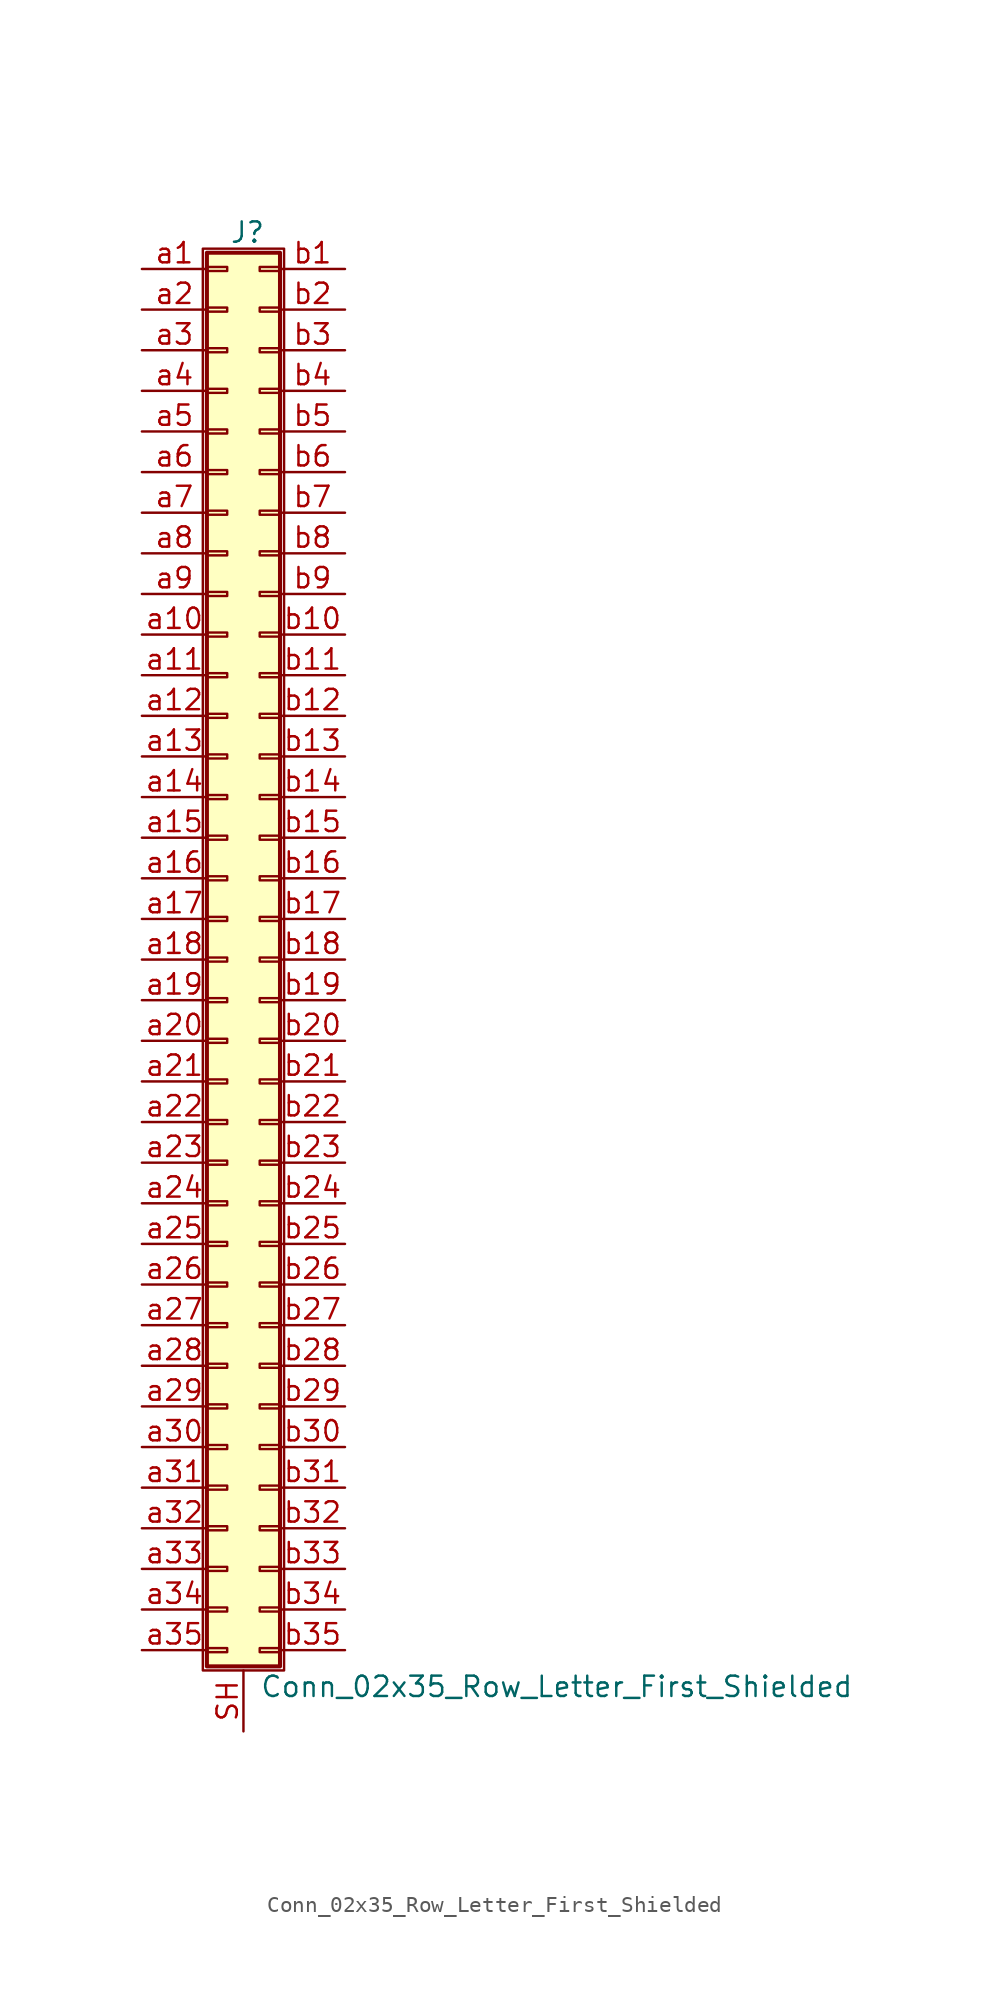
<source format=kicad_sym>
(kicad_symbol_lib
  (version 20201005)
  (generator kicad_symbol_editor)
  (symbol "Conn_02x35_Row_Letter_First_Shielded"
    (pin_names
      (offset 1.016) hide)
    (property "Reference" "J"
      (at 1.524 45.466 0)
      (effects (font (size 1.27 1.27))))
    (property "Value" "Conn_02x35_Row_Letter_First_Shielded"
      (at 2.286 -45.466 0)
      (effects (font (size 1.27 1.27)) (justify left)))
    (symbol "Conn_02x35_Row_Letter_First_Shielded_1_1"
      (rectangle (start -1.27 44.45) (end 3.81 -44.45) (stroke (width 0.152)) (fill (type none)))
      (rectangle (start -1.016 -43.053) (end 0.254 -43.307) (stroke (width 0.152)) (fill (type none)))
      (rectangle (start -1.016 -40.513) (end 0.254 -40.767) (stroke (width 0.152)) (fill (type none)))
      (rectangle (start -1.016 -37.973) (end 0.254 -38.227) (stroke (width 0.152)) (fill (type none)))
      (rectangle (start -1.016 -35.433) (end 0.254 -35.687) (stroke (width 0.152)) (fill (type none)))
      (rectangle (start -1.016 -32.893) (end 0.254 -33.147) (stroke (width 0.152)) (fill (type none)))
      (rectangle (start -1.016 -30.353) (end 0.254 -30.607) (stroke (width 0.152)) (fill (type none)))
      (rectangle (start -1.016 -27.813) (end 0.254 -28.067) (stroke (width 0.152)) (fill (type none)))
      (rectangle (start -1.016 -25.273) (end 0.254 -25.527) (stroke (width 0.152)) (fill (type none)))
      (rectangle (start -1.016 -22.733) (end 0.254 -22.987) (stroke (width 0.152)) (fill (type none)))
      (rectangle (start -1.016 -20.193) (end 0.254 -20.447) (stroke (width 0.152)) (fill (type none)))
      (rectangle (start -1.016 -17.653) (end 0.254 -17.907) (stroke (width 0.152)) (fill (type none)))
      (rectangle (start -1.016 -15.113) (end 0.254 -15.367) (stroke (width 0.152)) (fill (type none)))
      (rectangle (start -1.016 -12.573) (end 0.254 -12.827) (stroke (width 0.152)) (fill (type none)))
      (rectangle (start -1.016 -10.033) (end 0.254 -10.287) (stroke (width 0.152)) (fill (type none)))
      (rectangle (start -1.016 -7.493) (end 0.254 -7.747) (stroke (width 0.152)) (fill (type none)))
      (rectangle (start -1.016 -4.953) (end 0.254 -5.207) (stroke (width 0.152)) (fill (type none)))
      (rectangle (start -1.016 -2.413) (end 0.254 -2.667) (stroke (width 0.152)) (fill (type none)))
      (rectangle (start -1.016 0.127) (end 0.254 -0.127) (stroke (width 0.152)) (fill (type none)))
      (rectangle (start -1.016 2.667) (end 0.254 2.413) (stroke (width 0.152)) (fill (type none)))
      (rectangle (start -1.016 5.207) (end 0.254 4.953) (stroke (width 0.152)) (fill (type none)))
      (rectangle (start -1.016 7.747) (end 0.254 7.493) (stroke (width 0.152)) (fill (type none)))
      (rectangle (start -1.016 10.287) (end 0.254 10.033) (stroke (width 0.152)) (fill (type none)))
      (rectangle (start -1.016 12.827) (end 0.254 12.573) (stroke (width 0.152)) (fill (type none)))
      (rectangle (start -1.016 15.367) (end 0.254 15.113) (stroke (width 0.152)) (fill (type none)))
      (rectangle (start -1.016 17.907) (end 0.254 17.653) (stroke (width 0.152)) (fill (type none)))
      (rectangle (start -1.016 20.447) (end 0.254 20.193) (stroke (width 0.152)) (fill (type none)))
      (rectangle (start -1.016 22.987) (end 0.254 22.733) (stroke (width 0.152)) (fill (type none)))
      (rectangle (start -1.016 25.527) (end 0.254 25.273) (stroke (width 0.152)) (fill (type none)))
      (rectangle (start -1.016 28.067) (end 0.254 27.813) (stroke (width 0.152)) (fill (type none)))
      (rectangle (start -1.016 30.607) (end 0.254 30.353) (stroke (width 0.152)) (fill (type none)))
      (rectangle (start -1.016 33.147) (end 0.254 32.893) (stroke (width 0.152)) (fill (type none)))
      (rectangle (start -1.016 35.687) (end 0.254 35.433) (stroke (width 0.152)) (fill (type none)))
      (rectangle (start -1.016 38.227) (end 0.254 37.973) (stroke (width 0.152)) (fill (type none)))
      (rectangle (start -1.016 40.767) (end 0.254 40.513) (stroke (width 0.152)) (fill (type none)))
      (rectangle (start -1.016 43.307) (end 0.254 43.053) (stroke (width 0.152)) (fill (type none)))
      (rectangle (start -1.016 44.196) (end 3.556 -44.196) (stroke (width 0.254)) (fill (type background)))
      (rectangle (start 3.556 -43.053) (end 2.286 -43.307) (stroke (width 0.152)) (fill (type none)))
      (rectangle (start 3.556 -40.513) (end 2.286 -40.767) (stroke (width 0.152)) (fill (type none)))
      (rectangle (start 3.556 -37.973) (end 2.286 -38.227) (stroke (width 0.152)) (fill (type none)))
      (rectangle (start 3.556 -35.433) (end 2.286 -35.687) (stroke (width 0.152)) (fill (type none)))
      (rectangle (start 3.556 -32.893) (end 2.286 -33.147) (stroke (width 0.152)) (fill (type none)))
      (rectangle (start 3.556 -30.353) (end 2.286 -30.607) (stroke (width 0.152)) (fill (type none)))
      (rectangle (start 3.556 -27.813) (end 2.286 -28.067) (stroke (width 0.152)) (fill (type none)))
      (rectangle (start 3.556 -25.273) (end 2.286 -25.527) (stroke (width 0.152)) (fill (type none)))
      (rectangle (start 3.556 -22.733) (end 2.286 -22.987) (stroke (width 0.152)) (fill (type none)))
      (rectangle (start 3.556 -20.193) (end 2.286 -20.447) (stroke (width 0.152)) (fill (type none)))
      (rectangle (start 3.556 -17.653) (end 2.286 -17.907) (stroke (width 0.152)) (fill (type none)))
      (rectangle (start 3.556 -15.113) (end 2.286 -15.367) (stroke (width 0.152)) (fill (type none)))
      (rectangle (start 3.556 -12.573) (end 2.286 -12.827) (stroke (width 0.152)) (fill (type none)))
      (rectangle (start 3.556 -10.033) (end 2.286 -10.287) (stroke (width 0.152)) (fill (type none)))
      (rectangle (start 3.556 -7.493) (end 2.286 -7.747) (stroke (width 0.152)) (fill (type none)))
      (rectangle (start 3.556 -4.953) (end 2.286 -5.207) (stroke (width 0.152)) (fill (type none)))
      (rectangle (start 3.556 -2.413) (end 2.286 -2.667) (stroke (width 0.152)) (fill (type none)))
      (rectangle (start 3.556 0.127) (end 2.286 -0.127) (stroke (width 0.152)) (fill (type none)))
      (rectangle (start 3.556 2.667) (end 2.286 2.413) (stroke (width 0.152)) (fill (type none)))
      (rectangle (start 3.556 5.207) (end 2.286 4.953) (stroke (width 0.152)) (fill (type none)))
      (rectangle (start 3.556 7.747) (end 2.286 7.493) (stroke (width 0.152)) (fill (type none)))
      (rectangle (start 3.556 10.287) (end 2.286 10.033) (stroke (width 0.152)) (fill (type none)))
      (rectangle (start 3.556 12.827) (end 2.286 12.573) (stroke (width 0.152)) (fill (type none)))
      (rectangle (start 3.556 15.367) (end 2.286 15.113) (stroke (width 0.152)) (fill (type none)))
      (rectangle (start 3.556 17.907) (end 2.286 17.653) (stroke (width 0.152)) (fill (type none)))
      (rectangle (start 3.556 20.447) (end 2.286 20.193) (stroke (width 0.152)) (fill (type none)))
      (rectangle (start 3.556 22.987) (end 2.286 22.733) (stroke (width 0.152)) (fill (type none)))
      (rectangle (start 3.556 25.527) (end 2.286 25.273) (stroke (width 0.152)) (fill (type none)))
      (rectangle (start 3.556 28.067) (end 2.286 27.813) (stroke (width 0.152)) (fill (type none)))
      (rectangle (start 3.556 30.607) (end 2.286 30.353) (stroke (width 0.152)) (fill (type none)))
      (rectangle (start 3.556 33.147) (end 2.286 32.893) (stroke (width 0.152)) (fill (type none)))
      (rectangle (start 3.556 35.687) (end 2.286 35.433) (stroke (width 0.152)) (fill (type none)))
      (rectangle (start 3.556 38.227) (end 2.286 37.973) (stroke (width 0.152)) (fill (type none)))
      (rectangle (start 3.556 40.767) (end 2.286 40.513) (stroke (width 0.152)) (fill (type none)))
      (rectangle (start 3.556 43.307) (end 2.286 43.053) (stroke (width 0.152)) (fill (type none)))
      (pin passive line (at 1.27 -48.26 90) (length 3.81) (name "Shield" (effects (font (size 1.27 1.27)))) (number "SH" (effects (font (size 1.27 1.27)))))
      (pin passive line (at -5.08 43.18 0) (length 4.064) (name "Pin_a1" (effects (font (size 1.27 1.27)))) (number "a1" (effects (font (size 1.27 1.27)))))
      (pin passive line (at -5.08 20.32 0) (length 4.064) (name "Pin_a10" (effects (font (size 1.27 1.27)))) (number "a10" (effects (font (size 1.27 1.27)))))
      (pin passive line (at -5.08 17.78 0) (length 4.064) (name "Pin_a11" (effects (font (size 1.27 1.27)))) (number "a11" (effects (font (size 1.27 1.27)))))
      (pin passive line (at -5.08 15.24 0) (length 4.064) (name "Pin_a12" (effects (font (size 1.27 1.27)))) (number "a12" (effects (font (size 1.27 1.27)))))
      (pin passive line (at -5.08 12.7 0) (length 4.064) (name "Pin_a13" (effects (font (size 1.27 1.27)))) (number "a13" (effects (font (size 1.27 1.27)))))
      (pin passive line (at -5.08 10.16 0) (length 4.064) (name "Pin_a14" (effects (font (size 1.27 1.27)))) (number "a14" (effects (font (size 1.27 1.27)))))
      (pin passive line (at -5.08 7.62 0) (length 4.064) (name "Pin_a15" (effects (font (size 1.27 1.27)))) (number "a15" (effects (font (size 1.27 1.27)))))
      (pin passive line (at -5.08 5.08 0) (length 4.064) (name "Pin_a16" (effects (font (size 1.27 1.27)))) (number "a16" (effects (font (size 1.27 1.27)))))
      (pin passive line (at -5.08 2.54 0) (length 4.064) (name "Pin_a17" (effects (font (size 1.27 1.27)))) (number "a17" (effects (font (size 1.27 1.27)))))
      (pin passive line (at -5.08 0 0) (length 4.064) (name "Pin_a18" (effects (font (size 1.27 1.27)))) (number "a18" (effects (font (size 1.27 1.27)))))
      (pin passive line (at -5.08 -2.54 0) (length 4.064) (name "Pin_a19" (effects (font (size 1.27 1.27)))) (number "a19" (effects (font (size 1.27 1.27)))))
      (pin passive line (at -5.08 40.64 0) (length 4.064) (name "Pin_a2" (effects (font (size 1.27 1.27)))) (number "a2" (effects (font (size 1.27 1.27)))))
      (pin passive line (at -5.08 -5.08 0) (length 4.064) (name "Pin_a20" (effects (font (size 1.27 1.27)))) (number "a20" (effects (font (size 1.27 1.27)))))
      (pin passive line (at -5.08 -7.62 0) (length 4.064) (name "Pin_a21" (effects (font (size 1.27 1.27)))) (number "a21" (effects (font (size 1.27 1.27)))))
      (pin passive line (at -5.08 -10.16 0) (length 4.064) (name "Pin_a22" (effects (font (size 1.27 1.27)))) (number "a22" (effects (font (size 1.27 1.27)))))
      (pin passive line (at -5.08 -12.7 0) (length 4.064) (name "Pin_a23" (effects (font (size 1.27 1.27)))) (number "a23" (effects (font (size 1.27 1.27)))))
      (pin passive line (at -5.08 -15.24 0) (length 4.064) (name "Pin_a24" (effects (font (size 1.27 1.27)))) (number "a24" (effects (font (size 1.27 1.27)))))
      (pin passive line (at -5.08 -17.78 0) (length 4.064) (name "Pin_a25" (effects (font (size 1.27 1.27)))) (number "a25" (effects (font (size 1.27 1.27)))))
      (pin passive line (at -5.08 -20.32 0) (length 4.064) (name "Pin_a26" (effects (font (size 1.27 1.27)))) (number "a26" (effects (font (size 1.27 1.27)))))
      (pin passive line (at -5.08 -22.86 0) (length 4.064) (name "Pin_a27" (effects (font (size 1.27 1.27)))) (number "a27" (effects (font (size 1.27 1.27)))))
      (pin passive line (at -5.08 -25.4 0) (length 4.064) (name "Pin_a28" (effects (font (size 1.27 1.27)))) (number "a28" (effects (font (size 1.27 1.27)))))
      (pin passive line (at -5.08 -27.94 0) (length 4.064) (name "Pin_a29" (effects (font (size 1.27 1.27)))) (number "a29" (effects (font (size 1.27 1.27)))))
      (pin passive line (at -5.08 38.1 0) (length 4.064) (name "Pin_a3" (effects (font (size 1.27 1.27)))) (number "a3" (effects (font (size 1.27 1.27)))))
      (pin passive line (at -5.08 -30.48 0) (length 4.064) (name "Pin_a30" (effects (font (size 1.27 1.27)))) (number "a30" (effects (font (size 1.27 1.27)))))
      (pin passive line (at -5.08 -33.02 0) (length 4.064) (name "Pin_a31" (effects (font (size 1.27 1.27)))) (number "a31" (effects (font (size 1.27 1.27)))))
      (pin passive line (at -5.08 -35.56 0) (length 4.064) (name "Pin_a32" (effects (font (size 1.27 1.27)))) (number "a32" (effects (font (size 1.27 1.27)))))
      (pin passive line (at -5.08 -38.1 0) (length 4.064) (name "Pin_a33" (effects (font (size 1.27 1.27)))) (number "a33" (effects (font (size 1.27 1.27)))))
      (pin passive line (at -5.08 -40.64 0) (length 4.064) (name "Pin_a34" (effects (font (size 1.27 1.27)))) (number "a34" (effects (font (size 1.27 1.27)))))
      (pin passive line (at -5.08 -43.18 0) (length 4.064) (name "Pin_a35" (effects (font (size 1.27 1.27)))) (number "a35" (effects (font (size 1.27 1.27)))))
      (pin passive line (at -5.08 35.56 0) (length 4.064) (name "Pin_a4" (effects (font (size 1.27 1.27)))) (number "a4" (effects (font (size 1.27 1.27)))))
      (pin passive line (at -5.08 33.02 0) (length 4.064) (name "Pin_a5" (effects (font (size 1.27 1.27)))) (number "a5" (effects (font (size 1.27 1.27)))))
      (pin passive line (at -5.08 30.48 0) (length 4.064) (name "Pin_a6" (effects (font (size 1.27 1.27)))) (number "a6" (effects (font (size 1.27 1.27)))))
      (pin passive line (at -5.08 27.94 0) (length 4.064) (name "Pin_a7" (effects (font (size 1.27 1.27)))) (number "a7" (effects (font (size 1.27 1.27)))))
      (pin passive line (at -5.08 25.4 0) (length 4.064) (name "Pin_a8" (effects (font (size 1.27 1.27)))) (number "a8" (effects (font (size 1.27 1.27)))))
      (pin passive line (at -5.08 22.86 0) (length 4.064) (name "Pin_a9" (effects (font (size 1.27 1.27)))) (number "a9" (effects (font (size 1.27 1.27)))))
      (pin passive line (at 7.62 43.18 180) (length 4.064) (name "Pin_b1" (effects (font (size 1.27 1.27)))) (number "b1" (effects (font (size 1.27 1.27)))))
      (pin passive line (at 7.62 20.32 180) (length 4.064) (name "Pin_b10" (effects (font (size 1.27 1.27)))) (number "b10" (effects (font (size 1.27 1.27)))))
      (pin passive line (at 7.62 17.78 180) (length 4.064) (name "Pin_b11" (effects (font (size 1.27 1.27)))) (number "b11" (effects (font (size 1.27 1.27)))))
      (pin passive line (at 7.62 15.24 180) (length 4.064) (name "Pin_b12" (effects (font (size 1.27 1.27)))) (number "b12" (effects (font (size 1.27 1.27)))))
      (pin passive line (at 7.62 12.7 180) (length 4.064) (name "Pin_b13" (effects (font (size 1.27 1.27)))) (number "b13" (effects (font (size 1.27 1.27)))))
      (pin passive line (at 7.62 10.16 180) (length 4.064) (name "Pin_b14" (effects (font (size 1.27 1.27)))) (number "b14" (effects (font (size 1.27 1.27)))))
      (pin passive line (at 7.62 7.62 180) (length 4.064) (name "Pin_b15" (effects (font (size 1.27 1.27)))) (number "b15" (effects (font (size 1.27 1.27)))))
      (pin passive line (at 7.62 5.08 180) (length 4.064) (name "Pin_b16" (effects (font (size 1.27 1.27)))) (number "b16" (effects (font (size 1.27 1.27)))))
      (pin passive line (at 7.62 2.54 180) (length 4.064) (name "Pin_b17" (effects (font (size 1.27 1.27)))) (number "b17" (effects (font (size 1.27 1.27)))))
      (pin passive line (at 7.62 0 180) (length 4.064) (name "Pin_b18" (effects (font (size 1.27 1.27)))) (number "b18" (effects (font (size 1.27 1.27)))))
      (pin passive line (at 7.62 -2.54 180) (length 4.064) (name "Pin_b19" (effects (font (size 1.27 1.27)))) (number "b19" (effects (font (size 1.27 1.27)))))
      (pin passive line (at 7.62 40.64 180) (length 4.064) (name "Pin_b2" (effects (font (size 1.27 1.27)))) (number "b2" (effects (font (size 1.27 1.27)))))
      (pin passive line (at 7.62 -5.08 180) (length 4.064) (name "Pin_b20" (effects (font (size 1.27 1.27)))) (number "b20" (effects (font (size 1.27 1.27)))))
      (pin passive line (at 7.62 -7.62 180) (length 4.064) (name "Pin_b21" (effects (font (size 1.27 1.27)))) (number "b21" (effects (font (size 1.27 1.27)))))
      (pin passive line (at 7.62 -10.16 180) (length 4.064) (name "Pin_b22" (effects (font (size 1.27 1.27)))) (number "b22" (effects (font (size 1.27 1.27)))))
      (pin passive line (at 7.62 -12.7 180) (length 4.064) (name "Pin_b23" (effects (font (size 1.27 1.27)))) (number "b23" (effects (font (size 1.27 1.27)))))
      (pin passive line (at 7.62 -15.24 180) (length 4.064) (name "Pin_b24" (effects (font (size 1.27 1.27)))) (number "b24" (effects (font (size 1.27 1.27)))))
      (pin passive line (at 7.62 -17.78 180) (length 4.064) (name "Pin_b25" (effects (font (size 1.27 1.27)))) (number "b25" (effects (font (size 1.27 1.27)))))
      (pin passive line (at 7.62 -20.32 180) (length 4.064) (name "Pin_b26" (effects (font (size 1.27 1.27)))) (number "b26" (effects (font (size 1.27 1.27)))))
      (pin passive line (at 7.62 -22.86 180) (length 4.064) (name "Pin_b27" (effects (font (size 1.27 1.27)))) (number "b27" (effects (font (size 1.27 1.27)))))
      (pin passive line (at 7.62 -25.4 180) (length 4.064) (name "Pin_b28" (effects (font (size 1.27 1.27)))) (number "b28" (effects (font (size 1.27 1.27)))))
      (pin passive line (at 7.62 -27.94 180) (length 4.064) (name "Pin_b29" (effects (font (size 1.27 1.27)))) (number "b29" (effects (font (size 1.27 1.27)))))
      (pin passive line (at 7.62 38.1 180) (length 4.064) (name "Pin_b3" (effects (font (size 1.27 1.27)))) (number "b3" (effects (font (size 1.27 1.27)))))
      (pin passive line (at 7.62 -30.48 180) (length 4.064) (name "Pin_b30" (effects (font (size 1.27 1.27)))) (number "b30" (effects (font (size 1.27 1.27)))))
      (pin passive line (at 7.62 -33.02 180) (length 4.064) (name "Pin_b31" (effects (font (size 1.27 1.27)))) (number "b31" (effects (font (size 1.27 1.27)))))
      (pin passive line (at 7.62 -35.56 180) (length 4.064) (name "Pin_b32" (effects (font (size 1.27 1.27)))) (number "b32" (effects (font (size 1.27 1.27)))))
      (pin passive line (at 7.62 -38.1 180) (length 4.064) (name "Pin_b33" (effects (font (size 1.27 1.27)))) (number "b33" (effects (font (size 1.27 1.27)))))
      (pin passive line (at 7.62 -40.64 180) (length 4.064) (name "Pin_b34" (effects (font (size 1.27 1.27)))) (number "b34" (effects (font (size 1.27 1.27)))))
      (pin passive line (at 7.62 -43.18 180) (length 4.064) (name "Pin_b35" (effects (font (size 1.27 1.27)))) (number "b35" (effects (font (size 1.27 1.27)))))
      (pin passive line (at 7.62 35.56 180) (length 4.064) (name "Pin_b4" (effects (font (size 1.27 1.27)))) (number "b4" (effects (font (size 1.27 1.27)))))
      (pin passive line (at 7.62 33.02 180) (length 4.064) (name "Pin_b5" (effects (font (size 1.27 1.27)))) (number "b5" (effects (font (size 1.27 1.27)))))
      (pin passive line (at 7.62 30.48 180) (length 4.064) (name "Pin_b6" (effects (font (size 1.27 1.27)))) (number "b6" (effects (font (size 1.27 1.27)))))
      (pin passive line (at 7.62 27.94 180) (length 4.064) (name "Pin_b7" (effects (font (size 1.27 1.27)))) (number "b7" (effects (font (size 1.27 1.27)))))
      (pin passive line (at 7.62 25.4 180) (length 4.064) (name "Pin_b8" (effects (font (size 1.27 1.27)))) (number "b8" (effects (font (size 1.27 1.27)))))
      (pin passive line (at 7.62 22.86 180) (length 4.064) (name "Pin_b9" (effects (font (size 1.27 1.27)))) (number "b9" (effects (font (size 1.27 1.27))))))))
</source>
